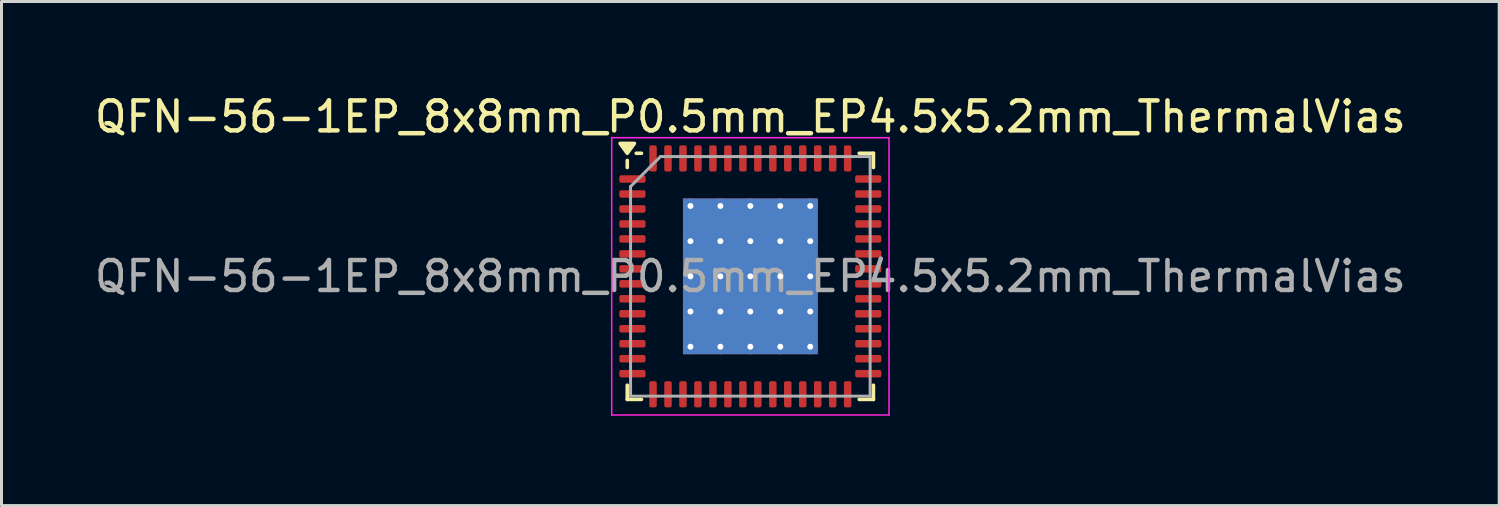
<source format=kicad_pcb>
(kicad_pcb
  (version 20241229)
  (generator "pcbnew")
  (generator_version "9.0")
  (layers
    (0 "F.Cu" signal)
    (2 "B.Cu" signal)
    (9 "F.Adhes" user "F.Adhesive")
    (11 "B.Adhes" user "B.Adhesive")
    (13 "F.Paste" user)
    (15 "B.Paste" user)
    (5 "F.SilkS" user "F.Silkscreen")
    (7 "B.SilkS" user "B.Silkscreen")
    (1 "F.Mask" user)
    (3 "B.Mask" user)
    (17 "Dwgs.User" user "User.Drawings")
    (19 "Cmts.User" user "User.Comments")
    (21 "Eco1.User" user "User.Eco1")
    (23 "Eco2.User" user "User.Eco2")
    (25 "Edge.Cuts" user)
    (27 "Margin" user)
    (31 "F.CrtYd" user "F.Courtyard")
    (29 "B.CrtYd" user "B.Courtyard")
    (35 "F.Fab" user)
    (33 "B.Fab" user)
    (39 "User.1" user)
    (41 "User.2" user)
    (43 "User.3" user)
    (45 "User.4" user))
  (footprint "QFN-56-1EP_8x8mm_P0.5mm_EP4.5x5.2mm_ThermalVias"
    (layer "F.Cu")
    (at 22.006 6.178)
    (property "Reference" "QFN-56-1EP_8x8mm_P0.5mm_EP4.5x5.2mm_ThermalVias" (at 0 -5.33 0) (layer "F.SilkS") (effects (font (size 1 1) (thickness 0.15))))
    (attr smd)
    (fp_line (start -4.11 -3.635) (end -4.11 -3.87) (stroke (width 0.12) (type solid)) (layer "F.SilkS"))
    (fp_line (start -4.11 4.11) (end -4.11 3.635) (stroke (width 0.12) (type solid)) (layer "F.SilkS"))
    (fp_line (start -3.635 -4.11) (end -3.81 -4.11) (stroke (width 0.12) (type solid)) (layer "F.SilkS"))
    (fp_line (start -3.635 4.11) (end -4.11 4.11) (stroke (width 0.12) (type solid)) (layer "F.SilkS"))
    (fp_line (start 3.635 -4.11) (end 4.11 -4.11) (stroke (width 0.12) (type solid)) (layer "F.SilkS"))
    (fp_line (start 3.635 4.11) (end 4.11 4.11) (stroke (width 0.12) (type solid)) (layer "F.SilkS"))
    (fp_line (start 4.11 -4.11) (end 4.11 -3.635) (stroke (width 0.12) (type solid)) (layer "F.SilkS"))
    (fp_line (start 4.11 4.11) (end 4.11 3.635) (stroke (width 0.12) (type solid)) (layer "F.SilkS"))
    (fp_poly (pts (xy -4.11 -4.11) (xy -4.35 -4.44) (xy -3.87 -4.44) (xy -4.11 -4.11)) (stroke (width 0.12) (type solid)) (fill yes) (layer "F.SilkS"))
    (fp_line (start -4.63 -4.63) (end -4.63 4.63) (stroke (width 0.05) (type solid)) (layer "F.CrtYd"))
    (fp_line (start -4.63 4.63) (end 4.63 4.63) (stroke (width 0.05) (type solid)) (layer "F.CrtYd"))
    (fp_line (start 4.63 -4.63) (end -4.63 -4.63) (stroke (width 0.05) (type solid)) (layer "F.CrtYd"))
    (fp_line (start 4.63 4.63) (end 4.63 -4.63) (stroke (width 0.05) (type solid)) (layer "F.CrtYd"))
    (fp_line (start -4 -3) (end -3 -4) (stroke (width 0.1) (type solid)) (layer "F.Fab"))
    (fp_line (start -4 4) (end -4 -3) (stroke (width 0.1) (type solid)) (layer "F.Fab"))
    (fp_line (start -3 -4) (end 4 -4) (stroke (width 0.1) (type solid)) (layer "F.Fab"))
    (fp_line (start 4 -4) (end 4 4) (stroke (width 0.1) (type solid)) (layer "F.Fab"))
    (fp_line (start 4 4) (end -4 4) (stroke (width 0.1) (type solid)) (layer "F.Fab"))
    (fp_text user "${REFERENCE}" (at 0 0 0) (layer "F.Fab") (effects (font (size 1 1) (thickness 0.15))))
    (pad "" smd custom (at -1.5 -1.762) (size 0.776 0.776) (layers "F.Paste") (options (anchor circle)) (primitives (gr_poly (pts (xy -0.341 -0.33) (xy -0.262 -0.408) (xy 0.262 -0.408) (xy 0.341 -0.33) (xy 0.341 0.33) (xy 0.262 0.408) (xy -0.262 0.408) (xy -0.341 0.33)) (width 0.19) (fill yes))))
    (pad "" smd custom (at -1.5 -0.588) (size 0.776 0.776) (layers "F.Paste") (options (anchor circle)) (primitives (gr_poly (pts (xy -0.341 -0.33) (xy -0.262 -0.408) (xy 0.262 -0.408) (xy 0.341 -0.33) (xy 0.341 0.33) (xy 0.262 0.408) (xy -0.262 0.408) (xy -0.341 0.33)) (width 0.19) (fill yes))))
    (pad "" smd custom (at -1.5 0.588) (size 0.776 0.776) (layers "F.Paste") (options (anchor circle)) (primitives (gr_poly (pts (xy -0.341 -0.33) (xy -0.262 -0.408) (xy 0.262 -0.408) (xy 0.341 -0.33) (xy 0.341 0.33) (xy 0.262 0.408) (xy -0.262 0.408) (xy -0.341 0.33)) (width 0.19) (fill yes))))
    (pad "" smd custom (at -1.5 1.762) (size 0.776 0.776) (layers "F.Paste") (options (anchor circle)) (primitives (gr_poly (pts (xy -0.341 -0.33) (xy -0.262 -0.408) (xy 0.262 -0.408) (xy 0.341 -0.33) (xy 0.341 0.33) (xy 0.262 0.408) (xy -0.262 0.408) (xy -0.341 0.33)) (width 0.19) (fill yes))))
    (pad "" smd custom (at -0.5 -1.762) (size 0.776 0.776) (layers "F.Paste") (options (anchor circle)) (primitives (gr_poly (pts (xy -0.341 -0.33) (xy -0.262 -0.408) (xy 0.262 -0.408) (xy 0.341 -0.33) (xy 0.341 0.33) (xy 0.262 0.408) (xy -0.262 0.408) (xy -0.341 0.33)) (width 0.19) (fill yes))))
    (pad "" smd custom (at -0.5 -0.588) (size 0.776 0.776) (layers "F.Paste") (options (anchor circle)) (primitives (gr_poly (pts (xy -0.341 -0.33) (xy -0.262 -0.408) (xy 0.262 -0.408) (xy 0.341 -0.33) (xy 0.341 0.33) (xy 0.262 0.408) (xy -0.262 0.408) (xy -0.341 0.33)) (width 0.19) (fill yes))))
    (pad "" smd custom (at -0.5 0.588) (size 0.776 0.776) (layers "F.Paste") (options (anchor circle)) (primitives (gr_poly (pts (xy -0.341 -0.33) (xy -0.262 -0.408) (xy 0.262 -0.408) (xy 0.341 -0.33) (xy 0.341 0.33) (xy 0.262 0.408) (xy -0.262 0.408) (xy -0.341 0.33)) (width 0.19) (fill yes))))
    (pad "" smd custom (at -0.5 1.762) (size 0.776 0.776) (layers "F.Paste") (options (anchor circle)) (primitives (gr_poly (pts (xy -0.341 -0.33) (xy -0.262 -0.408) (xy 0.262 -0.408) (xy 0.341 -0.33) (xy 0.341 0.33) (xy 0.262 0.408) (xy -0.262 0.408) (xy -0.341 0.33)) (width 0.19) (fill yes))))
    (pad "" smd custom (at 0.5 -1.762) (size 0.776 0.776) (layers "F.Paste") (options (anchor circle)) (primitives (gr_poly (pts (xy -0.341 -0.33) (xy -0.262 -0.408) (xy 0.262 -0.408) (xy 0.341 -0.33) (xy 0.341 0.33) (xy 0.262 0.408) (xy -0.262 0.408) (xy -0.341 0.33)) (width 0.19) (fill yes))))
    (pad "" smd custom (at 0.5 -0.588) (size 0.776 0.776) (layers "F.Paste") (options (anchor circle)) (primitives (gr_poly (pts (xy -0.341 -0.33) (xy -0.262 -0.408) (xy 0.262 -0.408) (xy 0.341 -0.33) (xy 0.341 0.33) (xy 0.262 0.408) (xy -0.262 0.408) (xy -0.341 0.33)) (width 0.19) (fill yes))))
    (pad "" smd custom (at 0.5 0.588) (size 0.776 0.776) (layers "F.Paste") (options (anchor circle)) (primitives (gr_poly (pts (xy -0.341 -0.33) (xy -0.262 -0.408) (xy 0.262 -0.408) (xy 0.341 -0.33) (xy 0.341 0.33) (xy 0.262 0.408) (xy -0.262 0.408) (xy -0.341 0.33)) (width 0.19) (fill yes))))
    (pad "" smd custom (at 0.5 1.762) (size 0.776 0.776) (layers "F.Paste") (options (anchor circle)) (primitives (gr_poly (pts (xy -0.341 -0.33) (xy -0.262 -0.408) (xy 0.262 -0.408) (xy 0.341 -0.33) (xy 0.341 0.33) (xy 0.262 0.408) (xy -0.262 0.408) (xy -0.341 0.33)) (width 0.19) (fill yes))))
    (pad "" smd custom (at 1.5 -1.762) (size 0.776 0.776) (layers "F.Paste") (options (anchor circle)) (primitives (gr_poly (pts (xy -0.341 -0.33) (xy -0.262 -0.408) (xy 0.262 -0.408) (xy 0.341 -0.33) (xy 0.341 0.33) (xy 0.262 0.408) (xy -0.262 0.408) (xy -0.341 0.33)) (width 0.19) (fill yes))))
    (pad "" smd custom (at 1.5 -0.588) (size 0.776 0.776) (layers "F.Paste") (options (anchor circle)) (primitives (gr_poly (pts (xy -0.341 -0.33) (xy -0.262 -0.408) (xy 0.262 -0.408) (xy 0.341 -0.33) (xy 0.341 0.33) (xy 0.262 0.408) (xy -0.262 0.408) (xy -0.341 0.33)) (width 0.19) (fill yes))))
    (pad "" smd custom (at 1.5 0.588) (size 0.776 0.776) (layers "F.Paste") (options (anchor circle)) (primitives (gr_poly (pts (xy -0.341 -0.33) (xy -0.262 -0.408) (xy 0.262 -0.408) (xy 0.341 -0.33) (xy 0.341 0.33) (xy 0.262 0.408) (xy -0.262 0.408) (xy -0.341 0.33)) (width 0.19) (fill yes))))
    (pad "" smd custom (at 1.5 1.762) (size 0.776 0.776) (layers "F.Paste") (options (anchor circle)) (primitives (gr_poly (pts (xy -0.341 -0.33) (xy -0.262 -0.408) (xy 0.262 -0.408) (xy 0.341 -0.33) (xy 0.341 0.33) (xy 0.262 0.408) (xy -0.262 0.408) (xy -0.341 0.33)) (width 0.19) (fill yes))))
    (pad "1" smd roundrect (at -3.938 -3.25) (size 0.875 0.25) (layers "F.Cu" "F.Mask" "F.Paste") (roundrect_rratio 0.25))
    (pad "2" smd roundrect (at -3.938 -2.75) (size 0.875 0.25) (layers "F.Cu" "F.Mask" "F.Paste") (roundrect_rratio 0.25))
    (pad "3" smd roundrect (at -3.938 -2.25) (size 0.875 0.25) (layers "F.Cu" "F.Mask" "F.Paste") (roundrect_rratio 0.25))
    (pad "4" smd roundrect (at -3.938 -1.75) (size 0.875 0.25) (layers "F.Cu" "F.Mask" "F.Paste") (roundrect_rratio 0.25))
    (pad "5" smd roundrect (at -3.938 -1.25) (size 0.875 0.25) (layers "F.Cu" "F.Mask" "F.Paste") (roundrect_rratio 0.25))
    (pad "6" smd roundrect (at -3.938 -0.75) (size 0.875 0.25) (layers "F.Cu" "F.Mask" "F.Paste") (roundrect_rratio 0.25))
    (pad "7" smd roundrect (at -3.938 -0.25) (size 0.875 0.25) (layers "F.Cu" "F.Mask" "F.Paste") (roundrect_rratio 0.25))
    (pad "8" smd roundrect (at -3.938 0.25) (size 0.875 0.25) (layers "F.Cu" "F.Mask" "F.Paste") (roundrect_rratio 0.25))
    (pad "9" smd roundrect (at -3.938 0.75) (size 0.875 0.25) (layers "F.Cu" "F.Mask" "F.Paste") (roundrect_rratio 0.25))
    (pad "10" smd roundrect (at -3.938 1.25) (size 0.875 0.25) (layers "F.Cu" "F.Mask" "F.Paste") (roundrect_rratio 0.25))
    (pad "11" smd roundrect (at -3.938 1.75) (size 0.875 0.25) (layers "F.Cu" "F.Mask" "F.Paste") (roundrect_rratio 0.25))
    (pad "12" smd roundrect (at -3.938 2.25) (size 0.875 0.25) (layers "F.Cu" "F.Mask" "F.Paste") (roundrect_rratio 0.25))
    (pad "13" smd roundrect (at -3.938 2.75) (size 0.875 0.25) (layers "F.Cu" "F.Mask" "F.Paste") (roundrect_rratio 0.25))
    (pad "14" smd roundrect (at -3.938 3.25) (size 0.875 0.25) (layers "F.Cu" "F.Mask" "F.Paste") (roundrect_rratio 0.25))
    (pad "15" smd roundrect (at -3.25 3.938) (size 0.25 0.875) (layers "F.Cu" "F.Mask" "F.Paste") (roundrect_rratio 0.25))
    (pad "16" smd roundrect (at -2.75 3.938) (size 0.25 0.875) (layers "F.Cu" "F.Mask" "F.Paste") (roundrect_rratio 0.25))
    (pad "17" smd roundrect (at -2.25 3.938) (size 0.25 0.875) (layers "F.Cu" "F.Mask" "F.Paste") (roundrect_rratio 0.25))
    (pad "18" smd roundrect (at -1.75 3.938) (size 0.25 0.875) (layers "F.Cu" "F.Mask" "F.Paste") (roundrect_rratio 0.25))
    (pad "19" smd roundrect (at -1.25 3.938) (size 0.25 0.875) (layers "F.Cu" "F.Mask" "F.Paste") (roundrect_rratio 0.25))
    (pad "20" smd roundrect (at -0.75 3.938) (size 0.25 0.875) (layers "F.Cu" "F.Mask" "F.Paste") (roundrect_rratio 0.25))
    (pad "21" smd roundrect (at -0.25 3.938) (size 0.25 0.875) (layers "F.Cu" "F.Mask" "F.Paste") (roundrect_rratio 0.25))
    (pad "22" smd roundrect (at 0.25 3.938) (size 0.25 0.875) (layers "F.Cu" "F.Mask" "F.Paste") (roundrect_rratio 0.25))
    (pad "23" smd roundrect (at 0.75 3.938) (size 0.25 0.875) (layers "F.Cu" "F.Mask" "F.Paste") (roundrect_rratio 0.25))
    (pad "24" smd roundrect (at 1.25 3.938) (size 0.25 0.875) (layers "F.Cu" "F.Mask" "F.Paste") (roundrect_rratio 0.25))
    (pad "25" smd roundrect (at 1.75 3.938) (size 0.25 0.875) (layers "F.Cu" "F.Mask" "F.Paste") (roundrect_rratio 0.25))
    (pad "26" smd roundrect (at 2.25 3.938) (size 0.25 0.875) (layers "F.Cu" "F.Mask" "F.Paste") (roundrect_rratio 0.25))
    (pad "27" smd roundrect (at 2.75 3.938) (size 0.25 0.875) (layers "F.Cu" "F.Mask" "F.Paste") (roundrect_rratio 0.25))
    (pad "28" smd roundrect (at 3.25 3.938) (size 0.25 0.875) (layers "F.Cu" "F.Mask" "F.Paste") (roundrect_rratio 0.25))
    (pad "29" smd roundrect (at 3.938 3.25) (size 0.875 0.25) (layers "F.Cu" "F.Mask" "F.Paste") (roundrect_rratio 0.25))
    (pad "30" smd roundrect (at 3.938 2.75) (size 0.875 0.25) (layers "F.Cu" "F.Mask" "F.Paste") (roundrect_rratio 0.25))
    (pad "31" smd roundrect (at 3.938 2.25) (size 0.875 0.25) (layers "F.Cu" "F.Mask" "F.Paste") (roundrect_rratio 0.25))
    (pad "32" smd roundrect (at 3.938 1.75) (size 0.875 0.25) (layers "F.Cu" "F.Mask" "F.Paste") (roundrect_rratio 0.25))
    (pad "33" smd roundrect (at 3.938 1.25) (size 0.875 0.25) (layers "F.Cu" "F.Mask" "F.Paste") (roundrect_rratio 0.25))
    (pad "34" smd roundrect (at 3.938 0.75) (size 0.875 0.25) (layers "F.Cu" "F.Mask" "F.Paste") (roundrect_rratio 0.25))
    (pad "35" smd roundrect (at 3.938 0.25) (size 0.875 0.25) (layers "F.Cu" "F.Mask" "F.Paste") (roundrect_rratio 0.25))
    (pad "36" smd roundrect (at 3.938 -0.25) (size 0.875 0.25) (layers "F.Cu" "F.Mask" "F.Paste") (roundrect_rratio 0.25))
    (pad "37" smd roundrect (at 3.938 -0.75) (size 0.875 0.25) (layers "F.Cu" "F.Mask" "F.Paste") (roundrect_rratio 0.25))
    (pad "38" smd roundrect (at 3.938 -1.25) (size 0.875 0.25) (layers "F.Cu" "F.Mask" "F.Paste") (roundrect_rratio 0.25))
    (pad "39" smd roundrect (at 3.938 -1.75) (size 0.875 0.25) (layers "F.Cu" "F.Mask" "F.Paste") (roundrect_rratio 0.25))
    (pad "40" smd roundrect (at 3.938 -2.25) (size 0.875 0.25) (layers "F.Cu" "F.Mask" "F.Paste") (roundrect_rratio 0.25))
    (pad "41" smd roundrect (at 3.938 -2.75) (size 0.875 0.25) (layers "F.Cu" "F.Mask" "F.Paste") (roundrect_rratio 0.25))
    (pad "42" smd roundrect (at 3.938 -3.25) (size 0.875 0.25) (layers "F.Cu" "F.Mask" "F.Paste") (roundrect_rratio 0.25))
    (pad "43" smd roundrect (at 3.25 -3.938) (size 0.25 0.875) (layers "F.Cu" "F.Mask" "F.Paste") (roundrect_rratio 0.25))
    (pad "44" smd roundrect (at 2.75 -3.938) (size 0.25 0.875) (layers "F.Cu" "F.Mask" "F.Paste") (roundrect_rratio 0.25))
    (pad "45" smd roundrect (at 2.25 -3.938) (size 0.25 0.875) (layers "F.Cu" "F.Mask" "F.Paste") (roundrect_rratio 0.25))
    (pad "46" smd roundrect (at 1.75 -3.938) (size 0.25 0.875) (layers "F.Cu" "F.Mask" "F.Paste") (roundrect_rratio 0.25))
    (pad "47" smd roundrect (at 1.25 -3.938) (size 0.25 0.875) (layers "F.Cu" "F.Mask" "F.Paste") (roundrect_rratio 0.25))
    (pad "48" smd roundrect (at 0.75 -3.938) (size 0.25 0.875) (layers "F.Cu" "F.Mask" "F.Paste") (roundrect_rratio 0.25))
    (pad "49" smd roundrect (at 0.25 -3.938) (size 0.25 0.875) (layers "F.Cu" "F.Mask" "F.Paste") (roundrect_rratio 0.25))
    (pad "50" smd roundrect (at -0.25 -3.938) (size 0.25 0.875) (layers "F.Cu" "F.Mask" "F.Paste") (roundrect_rratio 0.25))
    (pad "51" smd roundrect (at -0.75 -3.938) (size 0.25 0.875) (layers "F.Cu" "F.Mask" "F.Paste") (roundrect_rratio 0.25))
    (pad "52" smd roundrect (at -1.25 -3.938) (size 0.25 0.875) (layers "F.Cu" "F.Mask" "F.Paste") (roundrect_rratio 0.25))
    (pad "53" smd roundrect (at -1.75 -3.938) (size 0.25 0.875) (layers "F.Cu" "F.Mask" "F.Paste") (roundrect_rratio 0.25))
    (pad "54" smd roundrect (at -2.25 -3.938) (size 0.25 0.875) (layers "F.Cu" "F.Mask" "F.Paste") (roundrect_rratio 0.25))
    (pad "55" smd roundrect (at -2.75 -3.938) (size 0.25 0.875) (layers "F.Cu" "F.Mask" "F.Paste") (roundrect_rratio 0.25))
    (pad "56" smd roundrect (at -3.25 -3.938) (size 0.25 0.875) (layers "F.Cu" "F.Mask" "F.Paste") (roundrect_rratio 0.25))
    (pad "57" thru_hole circle (at -2 -2.35) (size 0.5 0.5) (drill 0.2) (property pad_prop_heatsink) (layers "*.Cu"))
    (pad "57" thru_hole circle (at -2 -1.175) (size 0.5 0.5) (drill 0.2) (property pad_prop_heatsink) (layers "*.Cu"))
    (pad "57" thru_hole circle (at -2 0) (size 0.5 0.5) (drill 0.2) (property pad_prop_heatsink) (layers "*.Cu"))
    (pad "57" thru_hole circle (at -2 1.175) (size 0.5 0.5) (drill 0.2) (property pad_prop_heatsink) (layers "*.Cu"))
    (pad "57" thru_hole circle (at -2 2.35) (size 0.5 0.5) (drill 0.2) (property pad_prop_heatsink) (layers "*.Cu"))
    (pad "57" thru_hole circle (at -1 -2.35) (size 0.5 0.5) (drill 0.2) (property pad_prop_heatsink) (layers "*.Cu"))
    (pad "57" thru_hole circle (at -1 -1.175) (size 0.5 0.5) (drill 0.2) (property pad_prop_heatsink) (layers "*.Cu"))
    (pad "57" thru_hole circle (at -1 0) (size 0.5 0.5) (drill 0.2) (property pad_prop_heatsink) (layers "*.Cu"))
    (pad "57" thru_hole circle (at -1 1.175) (size 0.5 0.5) (drill 0.2) (property pad_prop_heatsink) (layers "*.Cu"))
    (pad "57" thru_hole circle (at -1 2.35) (size 0.5 0.5) (drill 0.2) (property pad_prop_heatsink) (layers "*.Cu"))
    (pad "57" thru_hole circle (at 0 -2.35) (size 0.5 0.5) (drill 0.2) (property pad_prop_heatsink) (layers "*.Cu"))
    (pad "57" thru_hole circle (at 0 -1.175) (size 0.5 0.5) (drill 0.2) (property pad_prop_heatsink) (layers "*.Cu"))
    (pad "57" thru_hole circle (at 0 0) (size 0.5 0.5) (drill 0.2) (property pad_prop_heatsink) (layers "*.Cu"))
    (pad "57" smd rect (at 0 0) (size 4.5 5.2) (property pad_prop_heatsink) (layers "F.Cu" "F.Mask"))
    (pad "57" smd rect (at 0 0) (size 4.5 5.2) (property pad_prop_heatsink) (layers "B.Cu"))
    (pad "57" thru_hole circle (at 0 1.175) (size 0.5 0.5) (drill 0.2) (property pad_prop_heatsink) (layers "*.Cu"))
    (pad "57" thru_hole circle (at 0 2.35) (size 0.5 0.5) (drill 0.2) (property pad_prop_heatsink) (layers "*.Cu"))
    (pad "57" thru_hole circle (at 1 -2.35) (size 0.5 0.5) (drill 0.2) (property pad_prop_heatsink) (layers "*.Cu"))
    (pad "57" thru_hole circle (at 1 -1.175) (size 0.5 0.5) (drill 0.2) (property pad_prop_heatsink) (layers "*.Cu"))
    (pad "57" thru_hole circle (at 1 0) (size 0.5 0.5) (drill 0.2) (property pad_prop_heatsink) (layers "*.Cu"))
    (pad "57" thru_hole circle (at 1 1.175) (size 0.5 0.5) (drill 0.2) (property pad_prop_heatsink) (layers "*.Cu"))
    (pad "57" thru_hole circle (at 1 2.35) (size 0.5 0.5) (drill 0.2) (property pad_prop_heatsink) (layers "*.Cu"))
    (pad "57" thru_hole circle (at 2 -2.35) (size 0.5 0.5) (drill 0.2) (property pad_prop_heatsink) (layers "*.Cu"))
    (pad "57" thru_hole circle (at 2 -1.175) (size 0.5 0.5) (drill 0.2) (property pad_prop_heatsink) (layers "*.Cu"))
    (pad "57" thru_hole circle (at 2 0) (size 0.5 0.5) (drill 0.2) (property pad_prop_heatsink) (layers "*.Cu"))
    (pad "57" thru_hole circle (at 2 1.175) (size 0.5 0.5) (drill 0.2) (property pad_prop_heatsink) (layers "*.Cu"))
    (pad "57" thru_hole circle (at 2 2.35) (size 0.5 0.5) (drill 0.2) (property pad_prop_heatsink) (layers "*.Cu")))
  (gr_rect
    (start -3 -3)
    (end 47.012 13.833)
    (stroke (width 0.1) (type default))
    (fill no)
    (layer "Edge.Cuts")))
</source>
